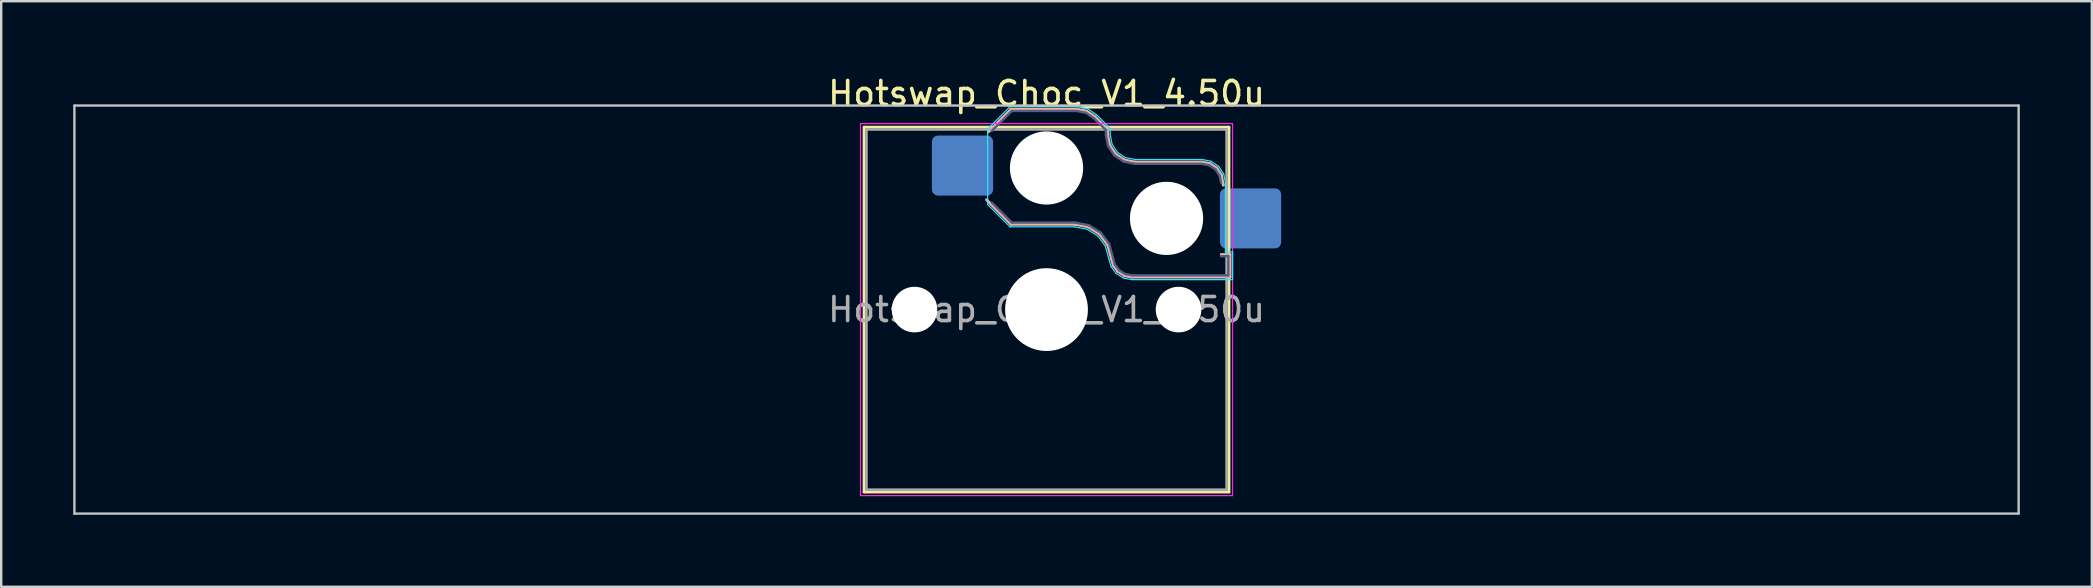
<source format=kicad_pcb>
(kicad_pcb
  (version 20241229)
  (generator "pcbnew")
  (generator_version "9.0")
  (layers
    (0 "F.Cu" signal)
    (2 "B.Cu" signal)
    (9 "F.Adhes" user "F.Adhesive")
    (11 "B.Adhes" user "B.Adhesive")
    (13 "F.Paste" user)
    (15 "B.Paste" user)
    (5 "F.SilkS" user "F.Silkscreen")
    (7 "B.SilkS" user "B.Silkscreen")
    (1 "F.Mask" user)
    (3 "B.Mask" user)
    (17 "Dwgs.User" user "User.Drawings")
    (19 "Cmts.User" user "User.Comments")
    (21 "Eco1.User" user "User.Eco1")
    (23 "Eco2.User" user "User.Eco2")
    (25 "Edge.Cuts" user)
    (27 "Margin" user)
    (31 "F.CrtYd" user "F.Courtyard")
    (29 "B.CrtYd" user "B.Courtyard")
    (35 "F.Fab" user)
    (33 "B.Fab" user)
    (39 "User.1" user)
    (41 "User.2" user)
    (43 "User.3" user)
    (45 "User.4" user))
  (footprint "Hotswap_Choc_V1_4.50u"
    (layer "F.Cu")
    (at 40.55 9.848)
    (property "Reference" "Hotswap_Choc_V1_4.50u" (at 0 -9 0) (layer "F.SilkS") (effects (font (size 1 1) (thickness 0.15))))
    (attr smd)
    (fp_line (start -7.6 -7.6) (end -7.6 7.6) (stroke (width 0.12) (type solid)) (layer "F.SilkS"))
    (fp_line (start -7.6 7.6) (end 7.6 7.6) (stroke (width 0.12) (type solid)) (layer "F.SilkS"))
    (fp_line (start 7.6 -7.6) (end -7.6 -7.6) (stroke (width 0.12) (type solid)) (layer "F.SilkS"))
    (fp_line (start 7.6 7.6) (end 7.6 -7.6) (stroke (width 0.12) (type solid)) (layer "F.SilkS"))
    (fp_line (start -2.416 -7.409) (end -1.479 -8.346) (stroke (width 0.12) (type solid)) (layer "B.SilkS"))
    (fp_line (start -1.479 -8.346) (end 1.268 -8.346) (stroke (width 0.12) (type solid)) (layer "B.SilkS"))
    (fp_line (start -1.479 -3.554) (end -2.5 -4.575) (stroke (width 0.12) (type solid)) (layer "B.SilkS"))
    (fp_line (start 1.168 -3.554) (end -1.479 -3.554) (stroke (width 0.12) (type solid)) (layer "B.SilkS"))
    (fp_line (start 1.268 -8.346) (end 1.671 -8.266) (stroke (width 0.12) (type solid)) (layer "B.SilkS"))
    (fp_line (start 1.671 -8.266) (end 2.013 -8.037) (stroke (width 0.12) (type solid)) (layer "B.SilkS"))
    (fp_line (start 1.73 -3.449) (end 1.168 -3.554) (stroke (width 0.12) (type solid)) (layer "B.SilkS"))
    (fp_line (start 2.013 -8.037) (end 2.546 -7.504) (stroke (width 0.12) (type solid)) (layer "B.SilkS"))
    (fp_line (start 2.209 -3.15) (end 1.73 -3.449) (stroke (width 0.12) (type solid)) (layer "B.SilkS"))
    (fp_line (start 2.546 -7.504) (end 2.546 -7.282) (stroke (width 0.12) (type solid)) (layer "B.SilkS"))
    (fp_line (start 2.546 -7.282) (end 2.633 -6.844) (stroke (width 0.12) (type solid)) (layer "B.SilkS"))
    (fp_line (start 2.547 -2.697) (end 2.209 -3.15) (stroke (width 0.12) (type solid)) (layer "B.SilkS"))
    (fp_line (start 2.633 -6.844) (end 2.877 -6.477) (stroke (width 0.12) (type solid)) (layer "B.SilkS"))
    (fp_line (start 2.701 -2.139) (end 2.547 -2.697) (stroke (width 0.12) (type solid)) (layer "B.SilkS"))
    (fp_line (start 2.783 -1.841) (end 2.701 -2.139) (stroke (width 0.12) (type solid)) (layer "B.SilkS"))
    (fp_line (start 2.877 -6.477) (end 3.244 -6.233) (stroke (width 0.12) (type solid)) (layer "B.SilkS"))
    (fp_line (start 2.976 -1.583) (end 2.783 -1.841) (stroke (width 0.12) (type solid)) (layer "B.SilkS"))
    (fp_line (start 3.244 -6.233) (end 3.682 -6.146) (stroke (width 0.12) (type solid)) (layer "B.SilkS"))
    (fp_line (start 3.25 -1.413) (end 2.976 -1.583) (stroke (width 0.12) (type solid)) (layer "B.SilkS"))
    (fp_line (start 3.56 -1.354) (end 3.25 -1.413) (stroke (width 0.12) (type solid)) (layer "B.SilkS"))
    (fp_line (start 3.682 -6.146) (end 6.482 -6.146) (stroke (width 0.12) (type solid)) (layer "B.SilkS"))
    (fp_line (start 6.482 -6.146) (end 6.809 -6.081) (stroke (width 0.12) (type solid)) (layer "B.SilkS"))
    (fp_line (start 6.809 -6.081) (end 7.092 -5.892) (stroke (width 0.12) (type solid)) (layer "B.SilkS"))
    (fp_line (start 7.092 -5.892) (end 7.281 -5.609) (stroke (width 0.12) (type solid)) (layer "B.SilkS"))
    (fp_line (start 7.281 -5.609) (end 7.366 -5.182) (stroke (width 0.12) (type solid)) (layer "B.SilkS"))
    (fp_line (start 7.283 -2.296) (end 7.646 -2.296) (stroke (width 0.12) (type solid)) (layer "B.SilkS"))
    (fp_line (start 7.646 -2.296) (end 7.646 -1.354) (stroke (width 0.12) (type solid)) (layer "B.SilkS"))
    (fp_line (start 7.646 -1.354) (end 3.56 -1.354) (stroke (width 0.12) (type solid)) (layer "B.SilkS"))
    (fp_line (start -40.5 -8.5) (end -40.5 8.5) (stroke (width 0.1) (type solid)) (layer "Dwgs.User"))
    (fp_line (start -40.5 8.5) (end 40.5 8.5) (stroke (width 0.1) (type solid)) (layer "Dwgs.User"))
    (fp_line (start 40.5 -8.5) (end -40.5 -8.5) (stroke (width 0.1) (type solid)) (layer "Dwgs.User"))
    (fp_line (start 40.5 8.5) (end 40.5 -8.5) (stroke (width 0.1) (type solid)) (layer "Dwgs.User"))
    (fp_line (start -7.25 -7.25) (end -7.25 7.25) (stroke (width 0.1) (type solid)) (layer "Eco1.User"))
    (fp_line (start -7.25 7.25) (end 7.25 7.25) (stroke (width 0.1) (type solid)) (layer "Eco1.User"))
    (fp_line (start 7.25 -7.25) (end -7.25 -7.25) (stroke (width 0.1) (type solid)) (layer "Eco1.User"))
    (fp_line (start 7.25 7.25) (end 7.25 -7.25) (stroke (width 0.1) (type solid)) (layer "Eco1.User"))
    (fp_line (start -2.452 -7.523) (end -1.523 -8.452) (stroke (width 0.05) (type solid)) (layer "B.CrtYd"))
    (fp_line (start -2.452 -4.377) (end -2.452 -7.523) (stroke (width 0.05) (type solid)) (layer "B.CrtYd"))
    (fp_line (start -1.523 -8.452) (end 1.278 -8.452) (stroke (width 0.05) (type solid)) (layer "B.CrtYd"))
    (fp_line (start -1.523 -3.448) (end -2.452 -4.377) (stroke (width 0.05) (type solid)) (layer "B.CrtYd"))
    (fp_line (start 1.159 -3.448) (end -1.523 -3.448) (stroke (width 0.05) (type solid)) (layer "B.CrtYd"))
    (fp_line (start 1.278 -8.452) (end 1.712 -8.366) (stroke (width 0.05) (type solid)) (layer "B.CrtYd"))
    (fp_line (start 1.691 -3.348) (end 1.159 -3.448) (stroke (width 0.05) (type solid)) (layer "B.CrtYd"))
    (fp_line (start 1.712 -8.366) (end 2.081 -8.119) (stroke (width 0.05) (type solid)) (layer "B.CrtYd"))
    (fp_line (start 2.081 -8.119) (end 2.652 -7.548) (stroke (width 0.05) (type solid)) (layer "B.CrtYd"))
    (fp_line (start 2.136 -3.071) (end 1.691 -3.348) (stroke (width 0.05) (type solid)) (layer "B.CrtYd"))
    (fp_line (start 2.45 -2.65) (end 2.136 -3.071) (stroke (width 0.05) (type solid)) (layer "B.CrtYd"))
    (fp_line (start 2.599 -2.111) (end 2.45 -2.65) (stroke (width 0.05) (type solid)) (layer "B.CrtYd"))
    (fp_line (start 2.652 -7.548) (end 2.652 -7.292) (stroke (width 0.05) (type solid)) (layer "B.CrtYd"))
    (fp_line (start 2.652 -7.292) (end 2.733 -6.885) (stroke (width 0.05) (type solid)) (layer "B.CrtYd"))
    (fp_line (start 2.687 -1.794) (end 2.599 -2.111) (stroke (width 0.05) (type solid)) (layer "B.CrtYd"))
    (fp_line (start 2.733 -6.885) (end 2.953 -6.553) (stroke (width 0.05) (type solid)) (layer "B.CrtYd"))
    (fp_line (start 2.903 -1.503) (end 2.687 -1.794) (stroke (width 0.05) (type solid)) (layer "B.CrtYd"))
    (fp_line (start 2.953 -6.553) (end 3.285 -6.333) (stroke (width 0.05) (type solid)) (layer "B.CrtYd"))
    (fp_line (start 3.211 -1.312) (end 2.903 -1.503) (stroke (width 0.05) (type solid)) (layer "B.CrtYd"))
    (fp_line (start 3.285 -6.333) (end 3.692 -6.252) (stroke (width 0.05) (type solid)) (layer "B.CrtYd"))
    (fp_line (start 3.55 -1.248) (end 3.211 -1.312) (stroke (width 0.05) (type solid)) (layer "B.CrtYd"))
    (fp_line (start 3.692 -6.252) (end 6.492 -6.252) (stroke (width 0.05) (type solid)) (layer "B.CrtYd"))
    (fp_line (start 6.492 -6.252) (end 6.85 -6.181) (stroke (width 0.05) (type solid)) (layer "B.CrtYd"))
    (fp_line (start 6.85 -6.181) (end 7.168 -5.968) (stroke (width 0.05) (type solid)) (layer "B.CrtYd"))
    (fp_line (start 7.168 -5.968) (end 7.381 -5.65) (stroke (width 0.05) (type solid)) (layer "B.CrtYd"))
    (fp_line (start 7.381 -5.65) (end 7.452 -5.292) (stroke (width 0.05) (type solid)) (layer "B.CrtYd"))
    (fp_line (start 7.452 -5.292) (end 7.452 -2.402) (stroke (width 0.05) (type solid)) (layer "B.CrtYd"))
    (fp_line (start 7.452 -2.402) (end 7.752 -2.402) (stroke (width 0.05) (type solid)) (layer "B.CrtYd"))
    (fp_line (start 7.752 -2.402) (end 7.752 -1.248) (stroke (width 0.05) (type solid)) (layer "B.CrtYd"))
    (fp_line (start 7.752 -1.248) (end 3.55 -1.248) (stroke (width 0.05) (type solid)) (layer "B.CrtYd"))
    (fp_line (start -7.75 -7.75) (end -7.75 7.75) (stroke (width 0.05) (type solid)) (layer "F.CrtYd"))
    (fp_line (start -7.75 7.75) (end 7.75 7.75) (stroke (width 0.05) (type solid)) (layer "F.CrtYd"))
    (fp_line (start 7.75 -7.75) (end -7.75 -7.75) (stroke (width 0.05) (type solid)) (layer "F.CrtYd"))
    (fp_line (start 7.75 7.75) (end 7.75 -7.75) (stroke (width 0.05) (type solid)) (layer "F.CrtYd"))
    (fp_line (start -2.275 -7.45) (end -1.45 -8.275) (stroke (width 0.1) (type solid)) (layer "B.Fab"))
    (fp_line (start -1.45 -8.275) (end 1.261 -8.275) (stroke (width 0.1) (type solid)) (layer "B.Fab"))
    (fp_line (start -1.45 -3.625) (end -2.275 -4.45) (stroke (width 0.1) (type solid)) (layer "B.Fab"))
    (fp_line (start 1.175 -3.625) (end -1.45 -3.625) (stroke (width 0.1) (type solid)) (layer "B.Fab"))
    (fp_line (start 1.261 -8.275) (end 1.643 -8.199) (stroke (width 0.1) (type solid)) (layer "B.Fab"))
    (fp_line (start 1.643 -8.199) (end 1.968 -7.982) (stroke (width 0.1) (type solid)) (layer "B.Fab"))
    (fp_line (start 1.756 -3.516) (end 1.175 -3.625) (stroke (width 0.1) (type solid)) (layer "B.Fab"))
    (fp_line (start 1.968 -7.982) (end 2.475 -7.475) (stroke (width 0.1) (type solid)) (layer "B.Fab"))
    (fp_line (start 2.258 -3.203) (end 1.756 -3.516) (stroke (width 0.1) (type solid)) (layer "B.Fab"))
    (fp_line (start 2.475 -7.475) (end 2.475 -7.275) (stroke (width 0.1) (type solid)) (layer "B.Fab"))
    (fp_line (start 2.475 -7.275) (end 2.566 -6.816) (stroke (width 0.1) (type solid)) (layer "B.Fab"))
    (fp_line (start 2.566 -6.816) (end 2.826 -6.426) (stroke (width 0.1) (type solid)) (layer "B.Fab"))
    (fp_line (start 2.612 -2.729) (end 2.258 -3.203) (stroke (width 0.1) (type solid)) (layer "B.Fab"))
    (fp_line (start 2.769 -2.158) (end 2.612 -2.729) (stroke (width 0.1) (type solid)) (layer "B.Fab"))
    (fp_line (start 2.826 -6.426) (end 3.216 -6.166) (stroke (width 0.1) (type solid)) (layer "B.Fab"))
    (fp_line (start 2.848 -1.873) (end 2.769 -2.158) (stroke (width 0.1) (type solid)) (layer "B.Fab"))
    (fp_line (start 3.025 -1.636) (end 2.848 -1.873) (stroke (width 0.1) (type solid)) (layer "B.Fab"))
    (fp_line (start 3.216 -6.166) (end 3.675 -6.075) (stroke (width 0.1) (type solid)) (layer "B.Fab"))
    (fp_line (start 3.276 -1.48) (end 3.025 -1.636) (stroke (width 0.1) (type solid)) (layer "B.Fab"))
    (fp_line (start 3.567 -1.425) (end 3.276 -1.48) (stroke (width 0.1) (type solid)) (layer "B.Fab"))
    (fp_line (start 3.675 -6.075) (end 6.475 -6.075) (stroke (width 0.1) (type solid)) (layer "B.Fab"))
    (fp_line (start 6.475 -6.075) (end 6.781 -6.014) (stroke (width 0.1) (type solid)) (layer "B.Fab"))
    (fp_line (start 6.781 -6.014) (end 7.041 -5.841) (stroke (width 0.1) (type solid)) (layer "B.Fab"))
    (fp_line (start 7.041 -5.841) (end 7.214 -5.581) (stroke (width 0.1) (type solid)) (layer "B.Fab"))
    (fp_line (start 7.214 -5.581) (end 7.275 -5.275) (stroke (width 0.1) (type solid)) (layer "B.Fab"))
    (fp_line (start 7.275 -2.225) (end 7.575 -2.225) (stroke (width 0.1) (type solid)) (layer "B.Fab"))
    (fp_line (start 7.575 -2.225) (end 7.575 -1.425) (stroke (width 0.1) (type solid)) (layer "B.Fab"))
    (fp_line (start 7.575 -1.425) (end 3.567 -1.425) (stroke (width 0.1) (type solid)) (layer "B.Fab"))
    (fp_line (start -7.5 -7.5) (end -7.5 7.5) (stroke (width 0.1) (type solid)) (layer "F.Fab"))
    (fp_line (start -7.5 7.5) (end 7.5 7.5) (stroke (width 0.1) (type solid)) (layer "F.Fab"))
    (fp_line (start 7.5 -7.5) (end -7.5 -7.5) (stroke (width 0.1) (type solid)) (layer "F.Fab"))
    (fp_line (start 7.5 7.5) (end 7.5 -7.5) (stroke (width 0.1) (type solid)) (layer "F.Fab"))
    (fp_text user "${REFERENCE}" (at 0 0 0) (layer "F.Fab") (effects (font (size 1 1) (thickness 0.15))))
    (pad "" np_thru_hole circle (at -5.5 0) (size 1.9 1.9) (drill 1.9) (layers "*.Cu" "*.Mask"))
    (pad "" np_thru_hole circle (at 0 -5.9) (size 3.05 3.05) (drill 3.05) (layers "*.Cu" "*.Mask"))
    (pad "" np_thru_hole circle (at 0 0) (size 3.45 3.45) (drill 3.45) (layers "*.Cu" "*.Mask"))
    (pad "" np_thru_hole circle (at 5 -3.8) (size 3.05 3.05) (drill 3.05) (layers "*.Cu" "*.Mask"))
    (pad "" np_thru_hole circle (at 5.5 0) (size 1.9 1.9) (drill 1.9) (layers "*.Cu" "*.Mask"))
    (pad "1" smd roundrect (at -3.5 -6) (size 2.55 2.5) (layers "B.Cu" "B.Mask" "B.Paste") (roundrect_rratio 0.1))
    (pad "2" smd roundrect (at 8.5 -3.8) (size 2.55 2.5) (layers "B.Cu" "B.Mask" "B.Paste") (roundrect_rratio 0.1)))
  (gr_rect
    (start -3 -3)
    (end 84.1 21.398)
    (stroke (width 0.1) (type default))
    (fill no)
    (layer "Edge.Cuts")))
</source>
